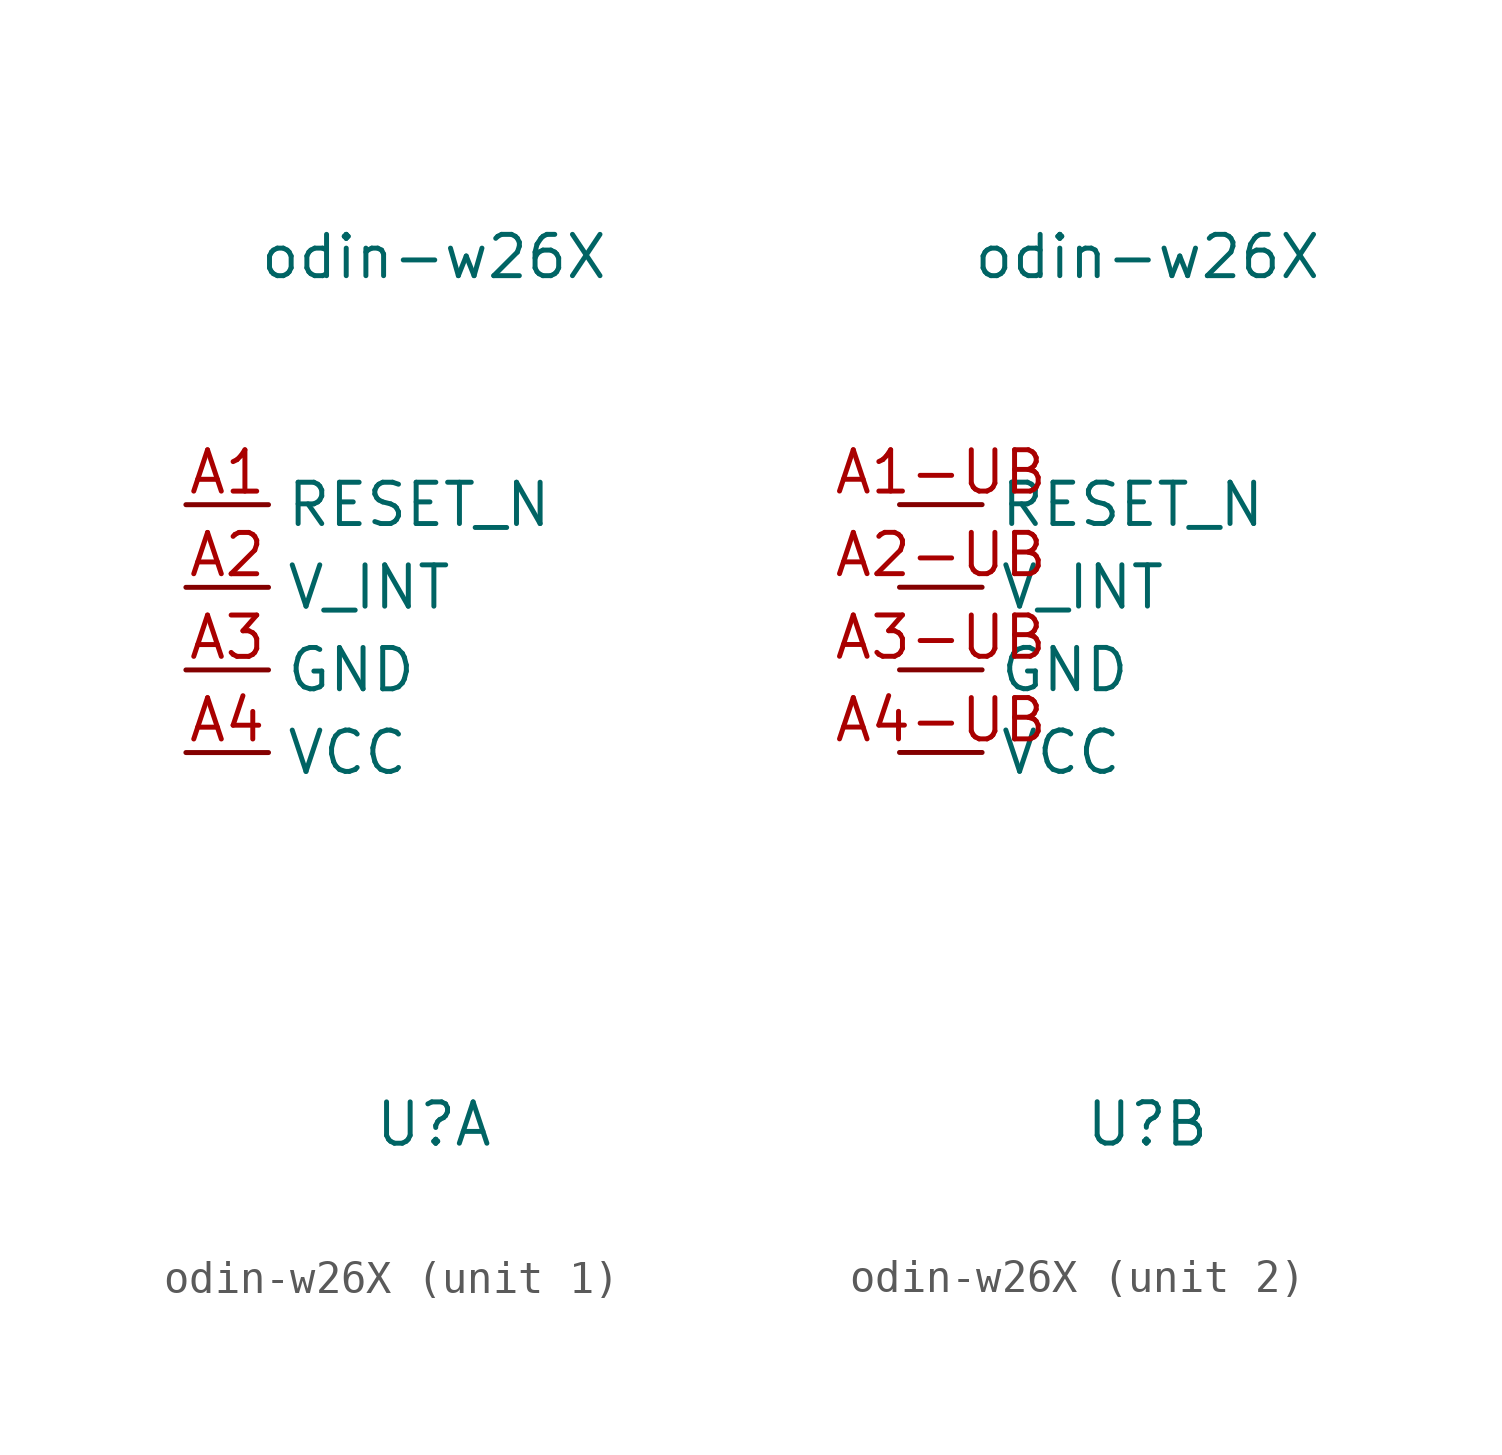
<source format=kicad_sym>
(kicad_symbol_lib
  (version 20211014)
  (generator kicad_symbol_editor)
  (symbol "odin-w26X"
    (property "Reference" "U"
      (at 0 -13.97 0)
      (effects (font (size 1.27 1.27))))
    (property "Value" "odin-w26X"
      (at 0 12.7 0)
      (effects (font (size 1.27 1.27))))
    (symbol "odin-w26X_1_1"
      (pin input line (at -7.62 5.08 0) (length 2.54) (name "RESET_N" (effects (font (size 1.27 1.27)))) (number "A1" (effects (font (size 1.27 1.27)))))
      (pin power_out line (at -7.62 2.54 0) (length 2.54) (name "V_INT" (effects (font (size 1.27 1.27)))) (number "A2" (effects (font (size 1.27 1.27)))))
      (pin power_in line (at -7.62 0 0) (length 2.54) (name "GND" (effects (font (size 1.27 1.27)))) (number "A3" (effects (font (size 1.27 1.27)))))
      (pin power_in line (at -7.62 -2.54 0) (length 2.54) (name "VCC" (effects (font (size 1.27 1.27)))) (number "A4" (effects (font (size 1.27 1.27))))))
    (symbol "odin-w26X_2_1"
      (pin input line (at -7.62 5.08 0) (length 2.54) (name "RESET_N" (effects (font (size 1.27 1.27)))) (number "A1-UB" (effects (font (size 1.27 1.27)))))
      (pin power_out line (at -7.62 2.54 0) (length 2.54) (name "V_INT" (effects (font (size 1.27 1.27)))) (number "A2-UB" (effects (font (size 1.27 1.27)))))
      (pin power_in line (at -7.62 0 0) (length 2.54) (name "GND" (effects (font (size 1.27 1.27)))) (number "A3-UB" (effects (font (size 1.27 1.27)))))
      (pin power_in line (at -7.62 -2.54 0) (length 2.54) (name "VCC" (effects (font (size 1.27 1.27)))) (number "A4-UB" (effects (font (size 1.27 1.27))))))))
</source>
